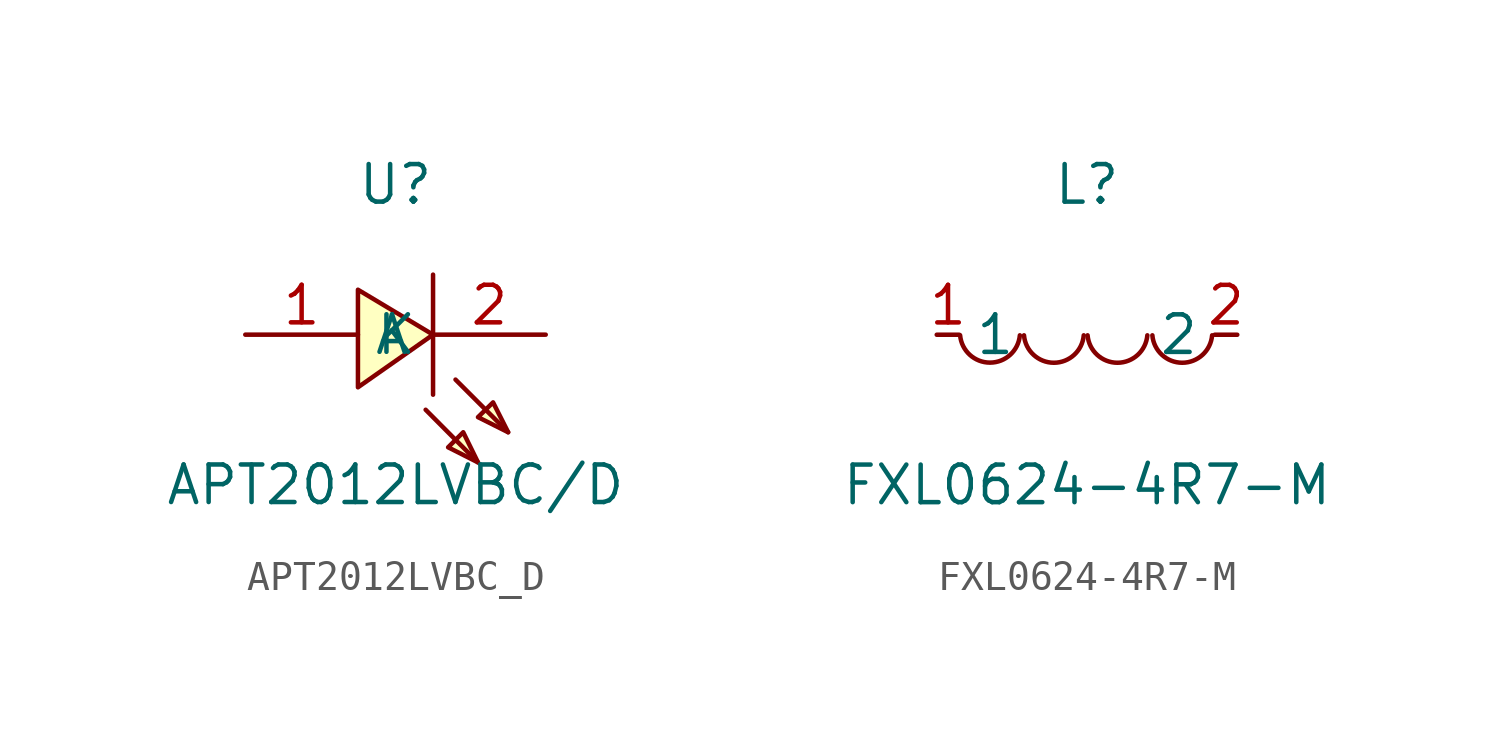
<source format=kicad_sym>
(kicad_symbol_lib
  (version 20211014)
  (generator https://github.com/uPesy/easyeda2kicad.py)
  (symbol "APT2012LVBC_D"
    (property "Reference" "U"
      (at 0 5.08 0)
      (effects (font (size 1.27 1.27))))
    (property "Value" "APT2012LVBC/D"
      (at 0 -5.08 0)
      (effects (font (size 1.27 1.27))))
    (symbol "APT2012LVBC_D_0_1"
      (polyline (pts (xy -1.27 1.52) (xy 1.27 -0.00) (xy -1.27 -1.78) (xy -1.27 1.52)) (stroke (width 0) (type default) (color 0 0 0 0)) (fill (type background)))
      (polyline (pts (xy 2.79 -4.32) (xy 1.78 -3.81) (xy 2.29 -3.30) (xy 2.79 -4.32)) (stroke (width 0) (type default) (color 0 0 0 0)) (fill (type background)))
      (polyline (pts (xy 3.81 -3.30) (xy 2.79 -2.79) (xy 3.30 -2.29) (xy 3.81 -3.30)) (stroke (width 0) (type default) (color 0 0 0 0)) (fill (type background)))
      (polyline (pts (xy 1.27 -2.03) (xy 1.27 2.03)) (stroke (width 0) (type default) (color 0 0 0 0)) (fill (type none)))
      (polyline (pts (xy 1.02 -2.54) (xy 2.79 -4.32)) (stroke (width 0) (type default) (color 0 0 0 0)) (fill (type none)))
      (polyline (pts (xy 2.03 -1.52) (xy 3.81 -3.30)) (stroke (width 0) (type default) (color 0 0 0 0)) (fill (type none)))
      (pin unspecified line (at 5.08 -0.00 180) (length 3.81) (name "K" (effects (font (size 1.27 1.27)))) (number "2" (effects (font (size 1.27 1.27)))))
      (pin unspecified line (at -5.08 -0.00 0) (length 3.81) (name "A" (effects (font (size 1.27 1.27)))) (number "1" (effects (font (size 1.27 1.27)))))))
  (symbol "FXL0624-4R7-M"
    (property "Reference" "L"
      (at 0 5.08 0)
      (effects (font (size 1.27 1.27))))
    (property "Value" "FXL0624-4R7-M"
      (at 0 -5.08 0)
      (effects (font (size 1.27 1.27))))
    (symbol "FXL0624-4R7-M_0_1"
      (arc (start -4.29 -0.02) (mid -2.81 -1.01) (end -2.27 -0.02) (stroke (width 0) (type default) (color 0 0 0 0)) (fill (type none)))
      (arc (start -2.13 -0.02) (mid -0.66 -1.01) (end -0.11 -0.02) (stroke (width 0) (type default) (color 0 0 0 0)) (fill (type none)))
      (arc (start 0.02 -0.02) (mid 1.49 -1.01) (end 2.04 -0.02) (stroke (width 0) (type default) (color 0 0 0 0)) (fill (type none)))
      (arc (start 2.21 -0.02) (mid 3.68 -1.01) (end 4.23 -0.02) (stroke (width 0) (type default) (color 0 0 0 0)) (fill (type none)))
      (pin unspecified line (at 5.08 -0.00 180) (length 0.762) (name "2" (effects (font (size 1.27 1.27)))) (number "2" (effects (font (size 1.27 1.27)))))
      (pin unspecified line (at -5.08 -0.00 0) (length 0.762) (name "1" (effects (font (size 1.27 1.27)))) (number "1" (effects (font (size 1.27 1.27))))))))
</source>
